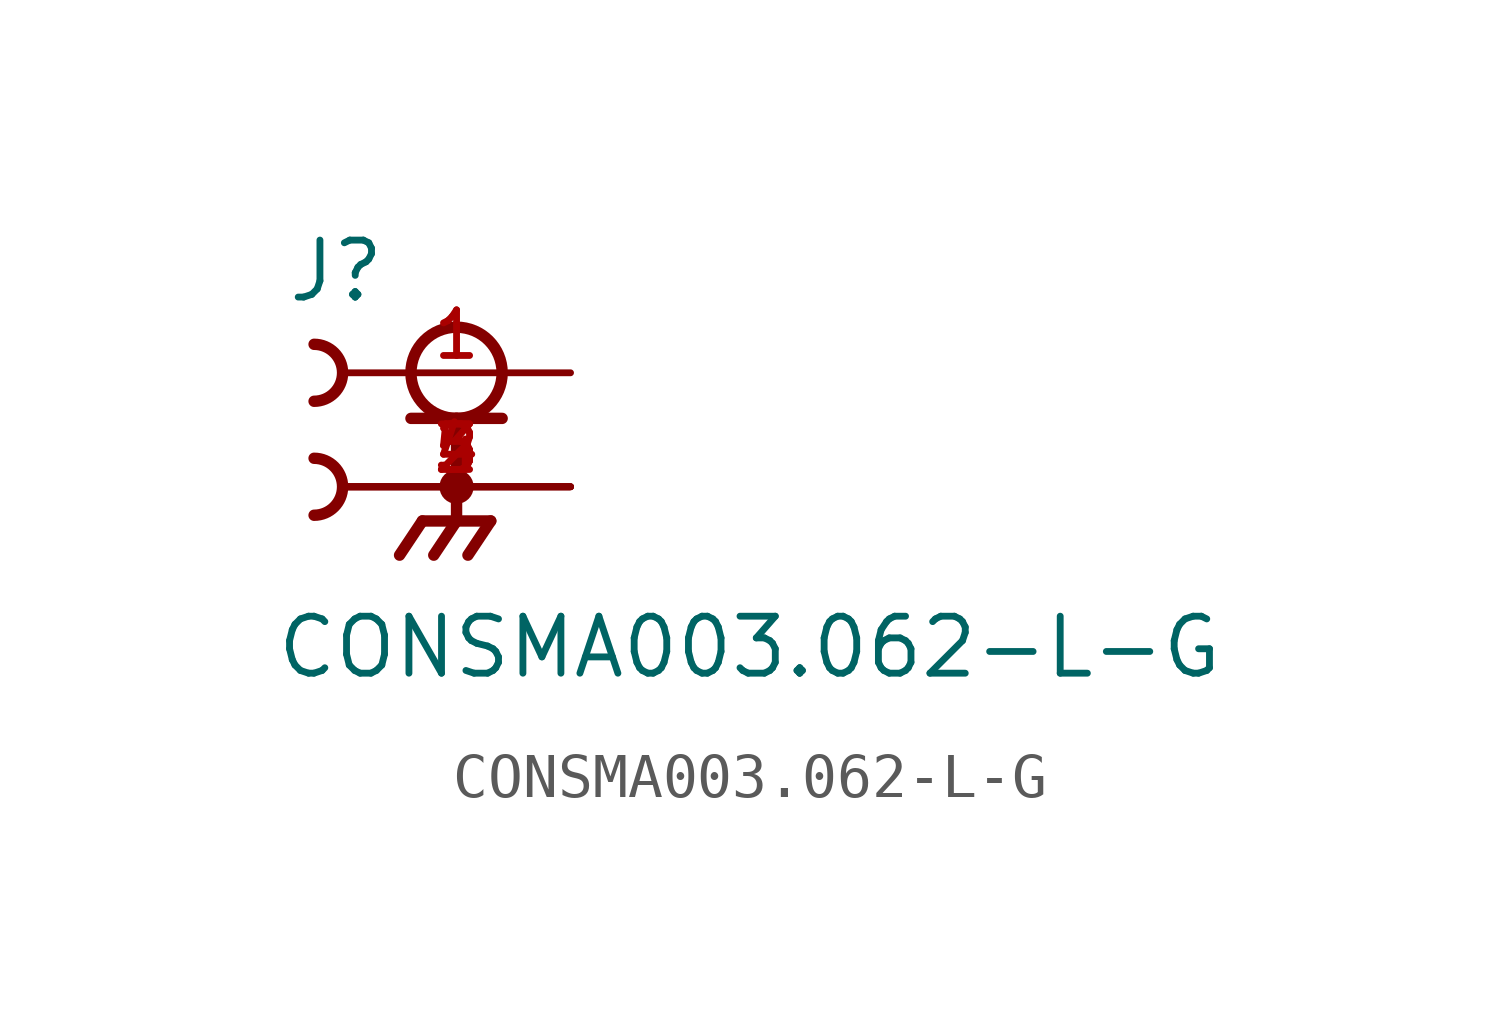
<source format=kicad_sym>
(kicad_symbol_lib
  (version 20211014)
  (generator kicad_symbol_editor)
  (symbol "CONSMA003.062-L-G"
    (pin_names
      (offset 1.016))
    (property "Reference" "J"
      (at -6.35 1.524 0)
      (effects (font (size 1.27 1.27)) (justify bottom left)))
    (property "Value" "CONSMA003.062-L-G"
      (at -6.604 -6.858 0)
      (effects (font (size 1.27 1.27)) (justify bottom left)))
    (symbol "CONSMA003.062-L-G_0_0"
      (circle (center -2.54 0.0) (radius 1.016) (stroke (width 0.254)) (fill (type none)))
      (polyline (pts (xy -3.556 -1.016) (xy -2.54 -1.016)) (stroke (width 0.254)))
      (polyline (pts (xy -2.54 -1.016) (xy -1.524 -1.016)) (stroke (width 0.254)))
      (polyline (pts (xy -2.54 -1.016) (xy -2.54 -3.302)) (stroke (width 0.254)))
      (circle (center -2.54 -2.54) (radius 0.254) (stroke (width 0.254)) (fill (type none)))
      (polyline (pts (xy -2.54 -3.302) (xy -3.302 -3.302)) (stroke (width 0.254)))
      (polyline (pts (xy -2.54 -3.302) (xy -1.778 -3.302)) (stroke (width 0.254)))
      (polyline (pts (xy -3.302 -3.302) (xy -3.81 -4.064)) (stroke (width 0.254)))
      (polyline (pts (xy -2.54 -3.302) (xy -3.048 -4.064)) (stroke (width 0.254)))
      (polyline (pts (xy -1.778 -3.302) (xy -2.286 -4.064)) (stroke (width 0.254)))
      (arc (start -5.715 0.635) (mid -5.08 -0.0) (end -5.715 -0.635) (stroke (width 0.254) (type default) (color 0 0 0 0)) (fill (type none)))
      (arc (start -5.715 -1.905) (mid -5.08 -2.54) (end -5.715 -3.175) (stroke (width 0.254) (type default) (color 0 0 0 0)) (fill (type none)))
      (pin passive line (at 0.0 0.0 180.0) (length 5.08) (name "~" (effects (font (size 1.016 1.016)))) (number "1" (effects (font (size 1.016 1.016)))))
      (pin power_in line (at 0.0 -2.54 180.0) (length 5.08) (name "~" (effects (font (size 1.016 1.016)))) (number "2" (effects (font (size 1.016 1.016)))))
      (pin power_in line (at 0.0 -2.54 180.0) (length 5.08) (name "~" (effects (font (size 1.016 1.016)))) (number "3" (effects (font (size 1.016 1.016)))))
      (pin power_in line (at 0.0 -2.54 180.0) (length 5.08) (name "~" (effects (font (size 1.016 1.016)))) (number "4" (effects (font (size 1.016 1.016)))))
      (pin power_in line (at 0.0 -2.54 180.0) (length 5.08) (name "~" (effects (font (size 1.016 1.016)))) (number "5" (effects (font (size 1.016 1.016))))))))
</source>
